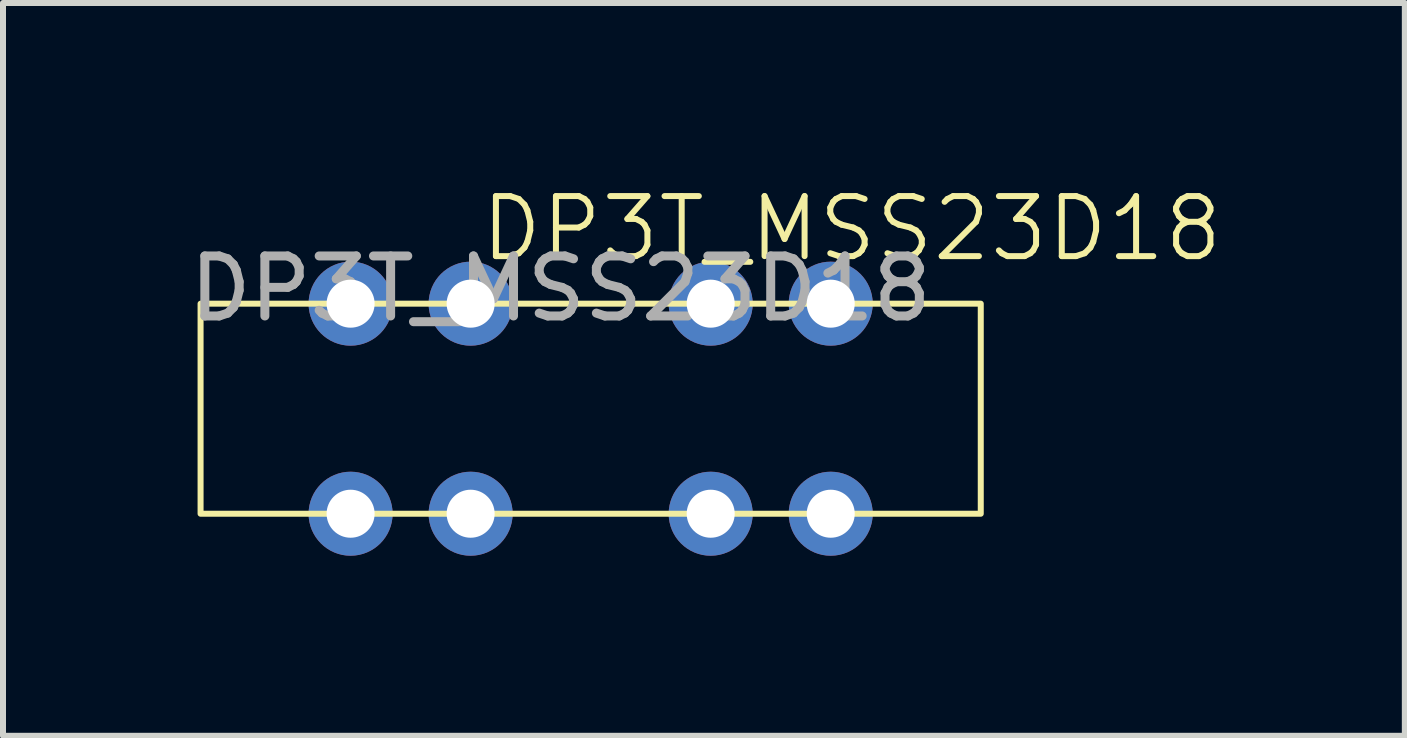
<source format=kicad_pcb>
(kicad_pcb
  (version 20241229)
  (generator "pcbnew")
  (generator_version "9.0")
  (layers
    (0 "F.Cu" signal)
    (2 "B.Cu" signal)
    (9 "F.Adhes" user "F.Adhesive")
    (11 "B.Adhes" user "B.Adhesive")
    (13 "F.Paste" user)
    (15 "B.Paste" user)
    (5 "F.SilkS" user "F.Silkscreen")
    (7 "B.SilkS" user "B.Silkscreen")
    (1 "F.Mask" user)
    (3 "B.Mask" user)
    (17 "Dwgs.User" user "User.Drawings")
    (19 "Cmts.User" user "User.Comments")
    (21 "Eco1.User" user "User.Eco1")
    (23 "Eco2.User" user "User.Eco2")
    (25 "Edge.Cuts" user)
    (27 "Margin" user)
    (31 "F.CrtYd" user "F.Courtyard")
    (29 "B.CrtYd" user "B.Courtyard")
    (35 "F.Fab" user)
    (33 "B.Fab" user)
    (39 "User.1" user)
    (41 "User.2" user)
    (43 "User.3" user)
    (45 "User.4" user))
  (footprint "DP3T_MSS23D18"
    (layer "F.Cu")
    (at 6.792 3.76)
    (property "Reference" "DP3T_MSS23D18" (at 4.35 -3 0) (unlocked yes) (layer "F.SilkS") (effects (font (size 1 1) (thickness 0.1))))
    (attr through_hole)
    (fp_rect (start -6.5 -1.75) (end 6.5 1.75) (stroke (width 0.1) (type default)) (fill no) (layer "F.SilkS"))
    (fp_text user "${REFERENCE}" (at -0.5 -2 0) (unlocked yes) (layer "F.Fab") (effects (font (size 1 1) (thickness 0.15))))
    (pad "1" thru_hole circle (at -4 -1.75) (size 1.4 1.4) (drill 0.8) (layers "*.Cu" "*.Mask"))
    (pad "2" thru_hole circle (at -2 -1.75) (size 1.4 1.4) (drill 0.8) (layers "*.Cu" "*.Mask"))
    (pad "3" thru_hole circle (at 2 -1.75) (size 1.4 1.4) (drill 0.8) (layers "*.Cu" "*.Mask"))
    (pad "4" thru_hole circle (at 4 -1.75) (size 1.4 1.4) (drill 0.8) (layers "*.Cu" "*.Mask"))
    (pad "5" thru_hole circle (at -4 1.75) (size 1.4 1.4) (drill 0.8) (layers "*.Cu" "*.Mask"))
    (pad "6" thru_hole circle (at -2 1.75) (size 1.4 1.4) (drill 0.8) (layers "*.Cu" "*.Mask"))
    (pad "7" thru_hole circle (at 2 1.75) (size 1.4 1.4) (drill 0.8) (layers "*.Cu" "*.Mask"))
    (pad "8" thru_hole circle (at 4 1.75) (size 1.4 1.4) (drill 0.8) (layers "*.Cu" "*.Mask")))
  (gr_rect
    (start -3 -3)
    (end 20.358 9.21)
    (stroke (width 0.1) (type default))
    (fill no)
    (layer "Edge.Cuts")))
</source>
